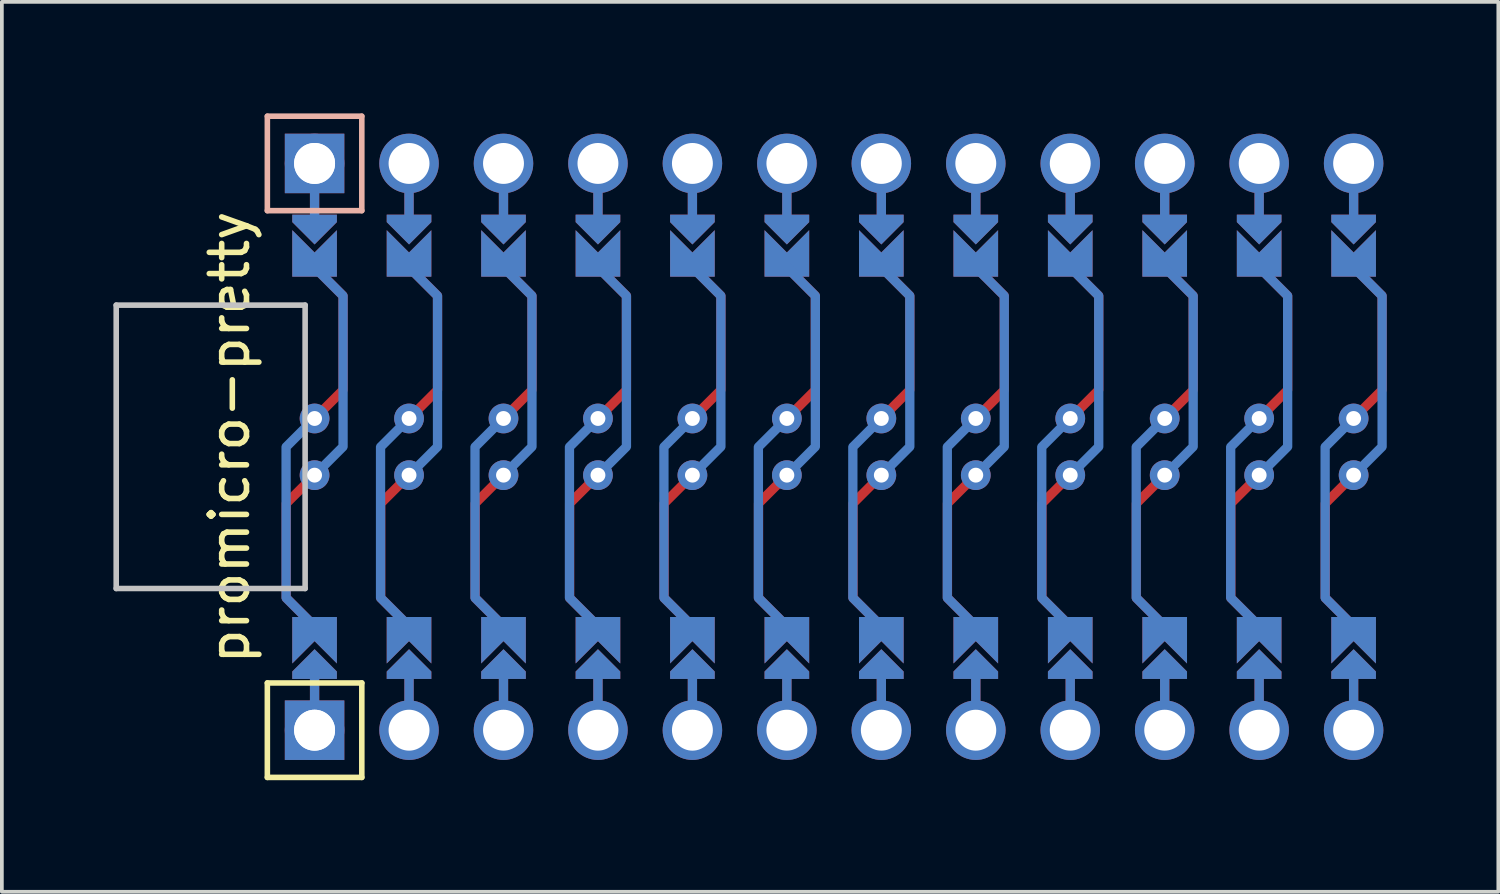
<source format=kicad_pcb>
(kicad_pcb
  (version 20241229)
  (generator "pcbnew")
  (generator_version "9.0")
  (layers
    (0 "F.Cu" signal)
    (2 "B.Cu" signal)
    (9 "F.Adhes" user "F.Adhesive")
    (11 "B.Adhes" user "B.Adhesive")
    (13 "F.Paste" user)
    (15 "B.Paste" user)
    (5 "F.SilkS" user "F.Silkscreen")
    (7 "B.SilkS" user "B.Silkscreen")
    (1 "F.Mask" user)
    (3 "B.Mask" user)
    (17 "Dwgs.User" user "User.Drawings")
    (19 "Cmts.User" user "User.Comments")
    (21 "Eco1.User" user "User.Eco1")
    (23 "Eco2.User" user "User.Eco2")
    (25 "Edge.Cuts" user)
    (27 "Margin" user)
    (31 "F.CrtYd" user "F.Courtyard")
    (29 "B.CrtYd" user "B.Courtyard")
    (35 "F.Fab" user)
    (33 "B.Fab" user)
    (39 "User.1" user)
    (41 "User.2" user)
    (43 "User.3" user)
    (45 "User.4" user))
  (footprint "promicro-pretty"
    (layer "F.Cu")
    (at 19.379 8.965)
    (property "Reference" "promicro-pretty" (at -16.256 -0.254 90) (layer "F.SilkS") (effects (font (size 1 1) (thickness 0.15))))
    (attr through_hole)
    (fp_circle (center -13.97 -0.762) (end -13.845 -0.762) (stroke (width 0.25) (type solid)) (fill no) (layer "F.Mask"))
    (fp_circle (center -13.97 0.762) (end -13.845 0.762) (stroke (width 0.25) (type solid)) (fill no) (layer "F.Mask"))
    (fp_circle (center -11.43 -0.762) (end -11.305 -0.762) (stroke (width 0.25) (type solid)) (fill no) (layer "F.Mask"))
    (fp_circle (center -11.43 0.762) (end -11.305 0.762) (stroke (width 0.25) (type solid)) (fill no) (layer "F.Mask"))
    (fp_circle (center -8.89 -0.762) (end -8.765 -0.762) (stroke (width 0.25) (type solid)) (fill no) (layer "F.Mask"))
    (fp_circle (center -8.89 0.762) (end -8.765 0.762) (stroke (width 0.25) (type solid)) (fill no) (layer "F.Mask"))
    (fp_circle (center -6.35 -0.762) (end -6.225 -0.762) (stroke (width 0.25) (type solid)) (fill no) (layer "F.Mask"))
    (fp_circle (center -6.35 0.762) (end -6.225 0.762) (stroke (width 0.25) (type solid)) (fill no) (layer "F.Mask"))
    (fp_circle (center -3.81 -0.762) (end -3.685 -0.762) (stroke (width 0.25) (type solid)) (fill no) (layer "F.Mask"))
    (fp_circle (center -3.81 0.762) (end -3.685 0.762) (stroke (width 0.25) (type solid)) (fill no) (layer "F.Mask"))
    (fp_circle (center -1.27 -0.762) (end -1.145 -0.762) (stroke (width 0.25) (type solid)) (fill no) (layer "F.Mask"))
    (fp_circle (center -1.27 0.762) (end -1.145 0.762) (stroke (width 0.25) (type solid)) (fill no) (layer "F.Mask"))
    (fp_circle (center 1.27 -0.762) (end 1.395 -0.762) (stroke (width 0.25) (type solid)) (fill no) (layer "F.Mask"))
    (fp_circle (center 1.27 0.762) (end 1.395 0.762) (stroke (width 0.25) (type solid)) (fill no) (layer "F.Mask"))
    (fp_circle (center 3.81 -0.762) (end 3.935 -0.762) (stroke (width 0.25) (type solid)) (fill no) (layer "F.Mask"))
    (fp_circle (center 3.81 0.762) (end 3.935 0.762) (stroke (width 0.25) (type solid)) (fill no) (layer "F.Mask"))
    (fp_circle (center 6.35 -0.762) (end 6.475 -0.762) (stroke (width 0.25) (type solid)) (fill no) (layer "F.Mask"))
    (fp_circle (center 6.35 0.762) (end 6.475 0.762) (stroke (width 0.25) (type solid)) (fill no) (layer "F.Mask"))
    (fp_circle (center 8.89 -0.762) (end 9.015 -0.762) (stroke (width 0.25) (type solid)) (fill no) (layer "F.Mask"))
    (fp_circle (center 8.89 0.762) (end 9.015 0.762) (stroke (width 0.25) (type solid)) (fill no) (layer "F.Mask"))
    (fp_circle (center 11.43 -0.762) (end 11.555 -0.762) (stroke (width 0.25) (type solid)) (fill no) (layer "F.Mask"))
    (fp_circle (center 11.43 0.762) (end 11.555 0.762) (stroke (width 0.25) (type solid)) (fill no) (layer "F.Mask"))
    (fp_circle (center 13.97 -0.762) (end 14.095 -0.762) (stroke (width 0.25) (type solid)) (fill no) (layer "F.Mask"))
    (fp_circle (center 13.97 0.762) (end 14.095 0.762) (stroke (width 0.25) (type solid)) (fill no) (layer "F.Mask"))
    (fp_poly (pts (xy -14.478 5.08) (xy -13.462 5.08) (xy -13.462 6.096) (xy -14.478 6.096)) (stroke (width 0.1) (type solid)) (fill yes) (layer "F.Mask"))
    (fp_poly (pts (xy -13.462 -5.08) (xy -14.478 -5.08) (xy -14.478 -6.096) (xy -13.462 -6.096)) (stroke (width 0.1) (type solid)) (fill yes) (layer "F.Mask"))
    (fp_poly (pts (xy -11.938 5.08) (xy -10.922 5.08) (xy -10.922 6.096) (xy -11.938 6.096)) (stroke (width 0.1) (type solid)) (fill yes) (layer "F.Mask"))
    (fp_poly (pts (xy -10.922 -5.08) (xy -11.938 -5.08) (xy -11.938 -6.096) (xy -10.922 -6.096)) (stroke (width 0.1) (type solid)) (fill yes) (layer "F.Mask"))
    (fp_poly (pts (xy -9.398 5.08) (xy -8.382 5.08) (xy -8.382 6.096) (xy -9.398 6.096)) (stroke (width 0.1) (type solid)) (fill yes) (layer "F.Mask"))
    (fp_poly (pts (xy -8.382 -5.08) (xy -9.398 -5.08) (xy -9.398 -6.096) (xy -8.382 -6.096)) (stroke (width 0.1) (type solid)) (fill yes) (layer "F.Mask"))
    (fp_poly (pts (xy -6.858 5.08) (xy -5.842 5.08) (xy -5.842 6.096) (xy -6.858 6.096)) (stroke (width 0.1) (type solid)) (fill yes) (layer "F.Mask"))
    (fp_poly (pts (xy -5.842 -5.08) (xy -6.858 -5.08) (xy -6.858 -6.096) (xy -5.842 -6.096)) (stroke (width 0.1) (type solid)) (fill yes) (layer "F.Mask"))
    (fp_poly (pts (xy -4.318 5.08) (xy -3.302 5.08) (xy -3.302 6.096) (xy -4.318 6.096)) (stroke (width 0.1) (type solid)) (fill yes) (layer "F.Mask"))
    (fp_poly (pts (xy -3.302 -5.08) (xy -4.318 -5.08) (xy -4.318 -6.096) (xy -3.302 -6.096)) (stroke (width 0.1) (type solid)) (fill yes) (layer "F.Mask"))
    (fp_poly (pts (xy -1.778 5.08) (xy -0.762 5.08) (xy -0.762 6.096) (xy -1.778 6.096)) (stroke (width 0.1) (type solid)) (fill yes) (layer "F.Mask"))
    (fp_poly (pts (xy -0.762 -5.08) (xy -1.778 -5.08) (xy -1.778 -6.096) (xy -0.762 -6.096)) (stroke (width 0.1) (type solid)) (fill yes) (layer "F.Mask"))
    (fp_poly (pts (xy 0.762 5.08) (xy 1.778 5.08) (xy 1.778 6.096) (xy 0.762 6.096)) (stroke (width 0.1) (type solid)) (fill yes) (layer "F.Mask"))
    (fp_poly (pts (xy 1.778 -5.08) (xy 0.762 -5.08) (xy 0.762 -6.096) (xy 1.778 -6.096)) (stroke (width 0.1) (type solid)) (fill yes) (layer "F.Mask"))
    (fp_poly (pts (xy 3.302 5.08) (xy 4.318 5.08) (xy 4.318 6.096) (xy 3.302 6.096)) (stroke (width 0.1) (type solid)) (fill yes) (layer "F.Mask"))
    (fp_poly (pts (xy 4.318 -5.08) (xy 3.302 -5.08) (xy 3.302 -6.096) (xy 4.318 -6.096)) (stroke (width 0.1) (type solid)) (fill yes) (layer "F.Mask"))
    (fp_poly (pts (xy 5.842 5.08) (xy 6.858 5.08) (xy 6.858 6.096) (xy 5.842 6.096)) (stroke (width 0.1) (type solid)) (fill yes) (layer "F.Mask"))
    (fp_poly (pts (xy 6.858 -5.08) (xy 5.842 -5.08) (xy 5.842 -6.096) (xy 6.858 -6.096)) (stroke (width 0.1) (type solid)) (fill yes) (layer "F.Mask"))
    (fp_poly (pts (xy 8.382 5.08) (xy 9.398 5.08) (xy 9.398 6.096) (xy 8.382 6.096)) (stroke (width 0.1) (type solid)) (fill yes) (layer "F.Mask"))
    (fp_poly (pts (xy 9.398 -5.08) (xy 8.382 -5.08) (xy 8.382 -6.096) (xy 9.398 -6.096)) (stroke (width 0.1) (type solid)) (fill yes) (layer "F.Mask"))
    (fp_poly (pts (xy 10.922 5.08) (xy 11.938 5.08) (xy 11.938 6.096) (xy 10.922 6.096)) (stroke (width 0.1) (type solid)) (fill yes) (layer "F.Mask"))
    (fp_poly (pts (xy 11.938 -5.08) (xy 10.922 -5.08) (xy 10.922 -6.096) (xy 11.938 -6.096)) (stroke (width 0.1) (type solid)) (fill yes) (layer "F.Mask"))
    (fp_poly (pts (xy 13.462 5.08) (xy 14.478 5.08) (xy 14.478 6.096) (xy 13.462 6.096)) (stroke (width 0.1) (type solid)) (fill yes) (layer "F.Mask"))
    (fp_poly (pts (xy 14.478 -5.08) (xy 13.462 -5.08) (xy 13.462 -6.096) (xy 14.478 -6.096)) (stroke (width 0.1) (type solid)) (fill yes) (layer "F.Mask"))
    (fp_circle (center -13.97 -0.762) (end -13.845 -0.762) (stroke (width 0.25) (type solid)) (fill no) (layer "B.Mask"))
    (fp_circle (center -13.97 0.762) (end -13.845 0.762) (stroke (width 0.25) (type solid)) (fill no) (layer "B.Mask"))
    (fp_circle (center -11.43 -0.762) (end -11.305 -0.762) (stroke (width 0.25) (type solid)) (fill no) (layer "B.Mask"))
    (fp_circle (center -11.43 0.762) (end -11.305 0.762) (stroke (width 0.25) (type solid)) (fill no) (layer "B.Mask"))
    (fp_circle (center -8.89 -0.762) (end -8.765 -0.762) (stroke (width 0.25) (type solid)) (fill no) (layer "B.Mask"))
    (fp_circle (center -8.89 0.762) (end -8.765 0.762) (stroke (width 0.25) (type solid)) (fill no) (layer "B.Mask"))
    (fp_circle (center -6.35 -0.762) (end -6.225 -0.762) (stroke (width 0.25) (type solid)) (fill no) (layer "B.Mask"))
    (fp_circle (center -6.35 0.762) (end -6.225 0.762) (stroke (width 0.25) (type solid)) (fill no) (layer "B.Mask"))
    (fp_circle (center -3.81 -0.762) (end -3.685 -0.762) (stroke (width 0.25) (type solid)) (fill no) (layer "B.Mask"))
    (fp_circle (center -3.81 0.762) (end -3.685 0.762) (stroke (width 0.25) (type solid)) (fill no) (layer "B.Mask"))
    (fp_circle (center -1.27 -0.762) (end -1.145 -0.762) (stroke (width 0.25) (type solid)) (fill no) (layer "B.Mask"))
    (fp_circle (center -1.27 0.762) (end -1.145 0.762) (stroke (width 0.25) (type solid)) (fill no) (layer "B.Mask"))
    (fp_circle (center 1.27 -0.762) (end 1.395 -0.762) (stroke (width 0.25) (type solid)) (fill no) (layer "B.Mask"))
    (fp_circle (center 1.27 0.762) (end 1.395 0.762) (stroke (width 0.25) (type solid)) (fill no) (layer "B.Mask"))
    (fp_circle (center 3.81 -0.762) (end 3.935 -0.762) (stroke (width 0.25) (type solid)) (fill no) (layer "B.Mask"))
    (fp_circle (center 3.81 0.762) (end 3.935 0.762) (stroke (width 0.25) (type solid)) (fill no) (layer "B.Mask"))
    (fp_circle (center 6.35 -0.762) (end 6.475 -0.762) (stroke (width 0.25) (type solid)) (fill no) (layer "B.Mask"))
    (fp_circle (center 6.35 0.762) (end 6.475 0.762) (stroke (width 0.25) (type solid)) (fill no) (layer "B.Mask"))
    (fp_circle (center 8.89 -0.762) (end 9.015 -0.762) (stroke (width 0.25) (type solid)) (fill no) (layer "B.Mask"))
    (fp_circle (center 8.89 0.762) (end 9.015 0.762) (stroke (width 0.25) (type solid)) (fill no) (layer "B.Mask"))
    (fp_circle (center 11.43 -0.762) (end 11.555 -0.762) (stroke (width 0.25) (type solid)) (fill no) (layer "B.Mask"))
    (fp_circle (center 11.43 0.762) (end 11.555 0.762) (stroke (width 0.25) (type solid)) (fill no) (layer "B.Mask"))
    (fp_circle (center 13.97 -0.762) (end 14.095 -0.762) (stroke (width 0.25) (type solid)) (fill no) (layer "B.Mask"))
    (fp_circle (center 13.97 0.762) (end 14.095 0.762) (stroke (width 0.25) (type solid)) (fill no) (layer "B.Mask"))
    (fp_poly (pts (xy -14.478 5.08) (xy -13.462 5.08) (xy -13.462 6.096) (xy -14.478 6.096)) (stroke (width 0.1) (type solid)) (fill yes) (layer "B.Mask"))
    (fp_poly (pts (xy -13.462 -5.08) (xy -14.478 -5.08) (xy -14.478 -6.096) (xy -13.462 -6.096)) (stroke (width 0.1) (type solid)) (fill yes) (layer "B.Mask"))
    (fp_poly (pts (xy -11.938 5.08) (xy -10.922 5.08) (xy -10.922 6.096) (xy -11.938 6.096)) (stroke (width 0.1) (type solid)) (fill yes) (layer "B.Mask"))
    (fp_poly (pts (xy -10.922 -5.08) (xy -11.938 -5.08) (xy -11.938 -6.096) (xy -10.922 -6.096)) (stroke (width 0.1) (type solid)) (fill yes) (layer "B.Mask"))
    (fp_poly (pts (xy -9.398 5.08) (xy -8.382 5.08) (xy -8.382 6.096) (xy -9.398 6.096)) (stroke (width 0.1) (type solid)) (fill yes) (layer "B.Mask"))
    (fp_poly (pts (xy -8.382 -5.08) (xy -9.398 -5.08) (xy -9.398 -6.096) (xy -8.382 -6.096)) (stroke (width 0.1) (type solid)) (fill yes) (layer "B.Mask"))
    (fp_poly (pts (xy -6.858 5.08) (xy -5.842 5.08) (xy -5.842 6.096) (xy -6.858 6.096)) (stroke (width 0.1) (type solid)) (fill yes) (layer "B.Mask"))
    (fp_poly (pts (xy -5.842 -5.08) (xy -6.858 -5.08) (xy -6.858 -6.096) (xy -5.842 -6.096)) (stroke (width 0.1) (type solid)) (fill yes) (layer "B.Mask"))
    (fp_poly (pts (xy -4.318 5.08) (xy -3.302 5.08) (xy -3.302 6.096) (xy -4.318 6.096)) (stroke (width 0.1) (type solid)) (fill yes) (layer "B.Mask"))
    (fp_poly (pts (xy -3.302 -5.08) (xy -4.318 -5.08) (xy -4.318 -6.096) (xy -3.302 -6.096)) (stroke (width 0.1) (type solid)) (fill yes) (layer "B.Mask"))
    (fp_poly (pts (xy -1.778 5.08) (xy -0.762 5.08) (xy -0.762 6.096) (xy -1.778 6.096)) (stroke (width 0.1) (type solid)) (fill yes) (layer "B.Mask"))
    (fp_poly (pts (xy -0.762 -5.08) (xy -1.778 -5.08) (xy -1.778 -6.096) (xy -0.762 -6.096)) (stroke (width 0.1) (type solid)) (fill yes) (layer "B.Mask"))
    (fp_poly (pts (xy 0.762 5.08) (xy 1.778 5.08) (xy 1.778 6.096) (xy 0.762 6.096)) (stroke (width 0.1) (type solid)) (fill yes) (layer "B.Mask"))
    (fp_poly (pts (xy 1.778 -5.08) (xy 0.762 -5.08) (xy 0.762 -6.096) (xy 1.778 -6.096)) (stroke (width 0.1) (type solid)) (fill yes) (layer "B.Mask"))
    (fp_poly (pts (xy 3.302 5.08) (xy 4.318 5.08) (xy 4.318 6.096) (xy 3.302 6.096)) (stroke (width 0.1) (type solid)) (fill yes) (layer "B.Mask"))
    (fp_poly (pts (xy 4.318 -5.08) (xy 3.302 -5.08) (xy 3.302 -6.096) (xy 4.318 -6.096)) (stroke (width 0.1) (type solid)) (fill yes) (layer "B.Mask"))
    (fp_poly (pts (xy 5.842 5.08) (xy 6.858 5.08) (xy 6.858 6.096) (xy 5.842 6.096)) (stroke (width 0.1) (type solid)) (fill yes) (layer "B.Mask"))
    (fp_poly (pts (xy 6.858 -5.08) (xy 5.842 -5.08) (xy 5.842 -6.096) (xy 6.858 -6.096)) (stroke (width 0.1) (type solid)) (fill yes) (layer "B.Mask"))
    (fp_poly (pts (xy 8.382 5.08) (xy 9.398 5.08) (xy 9.398 6.096) (xy 8.382 6.096)) (stroke (width 0.1) (type solid)) (fill yes) (layer "B.Mask"))
    (fp_poly (pts (xy 9.398 -5.08) (xy 8.382 -5.08) (xy 8.382 -6.096) (xy 9.398 -6.096)) (stroke (width 0.1) (type solid)) (fill yes) (layer "B.Mask"))
    (fp_poly (pts (xy 10.922 5.08) (xy 11.938 5.08) (xy 11.938 6.096) (xy 10.922 6.096)) (stroke (width 0.1) (type solid)) (fill yes) (layer "B.Mask"))
    (fp_poly (pts (xy 11.938 -5.08) (xy 10.922 -5.08) (xy 10.922 -6.096) (xy 11.938 -6.096)) (stroke (width 0.1) (type solid)) (fill yes) (layer "B.Mask"))
    (fp_poly (pts (xy 13.462 5.08) (xy 14.478 5.08) (xy 14.478 6.096) (xy 13.462 6.096)) (stroke (width 0.1) (type solid)) (fill yes) (layer "B.Mask"))
    (fp_poly (pts (xy 14.478 -5.08) (xy 13.462 -5.08) (xy 13.462 -6.096) (xy 14.478 -6.096)) (stroke (width 0.1) (type solid)) (fill yes) (layer "B.Mask"))
    (fp_line (start -15.24 6.35) (end -15.24 8.89) (stroke (width 0.15) (type solid)) (layer "F.SilkS"))
    (fp_line (start -15.24 6.35) (end -12.7 6.35) (stroke (width 0.15) (type solid)) (layer "F.SilkS"))
    (fp_line (start -12.7 6.35) (end -12.7 8.89) (stroke (width 0.15) (type solid)) (layer "F.SilkS"))
    (fp_line (start -12.7 8.89) (end -15.24 8.89) (stroke (width 0.15) (type solid)) (layer "F.SilkS"))
    (fp_line (start -15.24 -6.35) (end -15.24 -8.89) (stroke (width 0.15) (type solid)) (layer "B.SilkS"))
    (fp_line (start -15.24 -6.35) (end -12.7 -6.35) (stroke (width 0.15) (type solid)) (layer "B.SilkS"))
    (fp_line (start -12.7 -8.89) (end -15.24 -8.89) (stroke (width 0.15) (type solid)) (layer "B.SilkS"))
    (fp_line (start -12.7 -6.35) (end -12.7 -8.89) (stroke (width 0.15) (type solid)) (layer "B.SilkS"))
    (fp_line (start -19.304 -3.81) (end -14.224 -3.81) (stroke (width 0.15) (type solid)) (layer "Dwgs.User"))
    (fp_line (start -19.304 3.81) (end -19.304 -3.81) (stroke (width 0.15) (type solid)) (layer "Dwgs.User"))
    (fp_line (start -14.224 -3.81) (end -14.224 3.81) (stroke (width 0.15) (type solid)) (layer "Dwgs.User"))
    (fp_line (start -14.224 3.81) (end -19.304 3.81) (stroke (width 0.15) (type solid)) (layer "Dwgs.User"))
    (pad "" thru_hole circle (at -13.97 -7.62) (size 1.6 1.6) (drill 1.1) (layers "*.Cu" "*.Mask"))
    (pad "" thru_hole rect (at -13.97 -7.62) (size 1.6 1.6) (drill 1.1) (layers "B.Cu" "B.Mask"))
    (pad "" smd custom (at -13.97 -6.35) (size 0.25 1) (layers "F.Cu") (options (anchor rect)) (primitives))
    (pad "" smd custom (at -13.97 -6.35) (size 0.25 1) (layers "B.Cu") (options (anchor rect)) (primitives))
    (pad "" smd custom (at -13.97 -5.842) (size 0.1 0.1) (layers "F.Cu" "F.Mask") (options (anchor rect)) (primitives (gr_poly (pts (xy 0.6 -0.4) (xy -0.6 -0.4) (xy -0.6 -0.2) (xy 0 0.4) (xy 0.6 -0.2)) (width 0) (fill yes))))
    (pad "" smd custom (at -13.97 -5.842) (size 0.1 0.1) (layers "B.Cu" "B.Mask") (options (anchor rect)) (primitives (gr_poly (pts (xy 0.6 -0.4) (xy -0.6 -0.4) (xy -0.6 -0.2) (xy 0 0.4) (xy 0.6 -0.2)) (width 0) (fill yes))))
    (pad "" smd custom (at -13.97 5.842 180) (size 0.1 0.1) (layers "F.Cu" "F.Mask") (options (anchor rect)) (primitives (gr_poly (pts (xy 0.6 -0.4) (xy -0.6 -0.4) (xy -0.6 -0.2) (xy 0 0.4) (xy 0.6 -0.2)) (width 0) (fill yes))))
    (pad "" smd custom (at -13.97 5.842 180) (size 0.1 0.1) (layers "B.Cu" "B.Mask") (options (anchor rect)) (primitives (gr_poly (pts (xy 0.6 -0.4) (xy -0.6 -0.4) (xy -0.6 -0.2) (xy 0 0.4) (xy 0.6 -0.2)) (width 0) (fill yes))))
    (pad "" smd custom (at -13.97 6.35 180) (size 0.25 1) (layers "F.Cu") (options (anchor rect)) (primitives))
    (pad "" smd custom (at -13.97 6.35 180) (size 0.25 1) (layers "B.Cu") (options (anchor rect)) (primitives))
    (pad "" thru_hole circle (at -13.97 7.62) (size 1.6 1.6) (drill 1.1) (layers "*.Cu" "*.Mask"))
    (pad "" thru_hole rect (at -13.97 7.62) (size 1.6 1.6) (drill 1.1) (layers "F.Cu" "F.Mask"))
    (pad "" thru_hole circle (at -11.43 -7.62) (size 1.6 1.6) (drill 1.1) (layers "*.Cu" "*.Mask"))
    (pad "" smd custom (at -11.43 -6.35) (size 0.25 1) (layers "F.Cu") (options (anchor rect)) (primitives))
    (pad "" smd custom (at -11.43 -6.35) (size 0.25 1) (layers "B.Cu") (options (anchor rect)) (primitives))
    (pad "" smd custom (at -11.43 -5.842) (size 0.1 0.1) (layers "F.Cu" "F.Mask") (options (anchor rect)) (primitives (gr_poly (pts (xy 0.6 -0.4) (xy -0.6 -0.4) (xy -0.6 -0.2) (xy 0 0.4) (xy 0.6 -0.2)) (width 0) (fill yes))))
    (pad "" smd custom (at -11.43 -5.842) (size 0.1 0.1) (layers "B.Cu" "B.Mask") (options (anchor rect)) (primitives (gr_poly (pts (xy 0.6 -0.4) (xy -0.6 -0.4) (xy -0.6 -0.2) (xy 0 0.4) (xy 0.6 -0.2)) (width 0) (fill yes))))
    (pad "" smd custom (at -11.43 5.842 180) (size 0.1 0.1) (layers "F.Cu" "F.Mask") (options (anchor rect)) (primitives (gr_poly (pts (xy 0.6 -0.4) (xy -0.6 -0.4) (xy -0.6 -0.2) (xy 0 0.4) (xy 0.6 -0.2)) (width 0) (fill yes))))
    (pad "" smd custom (at -11.43 5.842 180) (size 0.1 0.1) (layers "B.Cu" "B.Mask") (options (anchor rect)) (primitives (gr_poly (pts (xy 0.6 -0.4) (xy -0.6 -0.4) (xy -0.6 -0.2) (xy 0 0.4) (xy 0.6 -0.2)) (width 0) (fill yes))))
    (pad "" smd custom (at -11.43 6.35 180) (size 0.25 1) (layers "F.Cu") (options (anchor rect)) (primitives))
    (pad "" smd custom (at -11.43 6.35 180) (size 0.25 1) (layers "B.Cu") (options (anchor rect)) (primitives))
    (pad "" thru_hole circle (at -11.43 7.62) (size 1.6 1.6) (drill 1.1) (layers "*.Cu" "*.Mask"))
    (pad "" thru_hole circle (at -8.89 -7.62) (size 1.6 1.6) (drill 1.1) (layers "*.Cu" "*.Mask"))
    (pad "" smd custom (at -8.89 -6.35) (size 0.25 1) (layers "F.Cu") (options (anchor rect)) (primitives))
    (pad "" smd custom (at -8.89 -6.35) (size 0.25 1) (layers "B.Cu") (options (anchor rect)) (primitives))
    (pad "" smd custom (at -8.89 -5.842) (size 0.1 0.1) (layers "F.Cu" "F.Mask") (options (anchor rect)) (primitives (gr_poly (pts (xy 0.6 -0.4) (xy -0.6 -0.4) (xy -0.6 -0.2) (xy 0 0.4) (xy 0.6 -0.2)) (width 0) (fill yes))))
    (pad "" smd custom (at -8.89 -5.842) (size 0.1 0.1) (layers "B.Cu" "B.Mask") (options (anchor rect)) (primitives (gr_poly (pts (xy 0.6 -0.4) (xy -0.6 -0.4) (xy -0.6 -0.2) (xy 0 0.4) (xy 0.6 -0.2)) (width 0) (fill yes))))
    (pad "" smd custom (at -8.89 5.842 180) (size 0.1 0.1) (layers "F.Cu" "F.Mask") (options (anchor rect)) (primitives (gr_poly (pts (xy 0.6 -0.4) (xy -0.6 -0.4) (xy -0.6 -0.2) (xy 0 0.4) (xy 0.6 -0.2)) (width 0) (fill yes))))
    (pad "" smd custom (at -8.89 5.842 180) (size 0.1 0.1) (layers "B.Cu" "B.Mask") (options (anchor rect)) (primitives (gr_poly (pts (xy 0.6 -0.4) (xy -0.6 -0.4) (xy -0.6 -0.2) (xy 0 0.4) (xy 0.6 -0.2)) (width 0) (fill yes))))
    (pad "" smd custom (at -8.89 6.35 180) (size 0.25 1) (layers "F.Cu") (options (anchor rect)) (primitives))
    (pad "" smd custom (at -8.89 6.35 180) (size 0.25 1) (layers "B.Cu") (options (anchor rect)) (primitives))
    (pad "" thru_hole circle (at -8.89 7.62) (size 1.6 1.6) (drill 1.1) (layers "*.Cu" "*.Mask"))
    (pad "" thru_hole circle (at -6.35 -7.62) (size 1.6 1.6) (drill 1.1) (layers "*.Cu" "*.Mask"))
    (pad "" smd custom (at -6.35 -6.35) (size 0.25 1) (layers "F.Cu") (options (anchor rect)) (primitives))
    (pad "" smd custom (at -6.35 -6.35) (size 0.25 1) (layers "B.Cu") (options (anchor rect)) (primitives))
    (pad "" smd custom (at -6.35 -5.842) (size 0.1 0.1) (layers "F.Cu" "F.Mask") (options (anchor rect)) (primitives (gr_poly (pts (xy 0.6 -0.4) (xy -0.6 -0.4) (xy -0.6 -0.2) (xy 0 0.4) (xy 0.6 -0.2)) (width 0) (fill yes))))
    (pad "" smd custom (at -6.35 -5.842) (size 0.1 0.1) (layers "B.Cu" "B.Mask") (options (anchor rect)) (primitives (gr_poly (pts (xy 0.6 -0.4) (xy -0.6 -0.4) (xy -0.6 -0.2) (xy 0 0.4) (xy 0.6 -0.2)) (width 0) (fill yes))))
    (pad "" smd custom (at -6.35 5.842 180) (size 0.1 0.1) (layers "F.Cu" "F.Mask") (options (anchor rect)) (primitives (gr_poly (pts (xy 0.6 -0.4) (xy -0.6 -0.4) (xy -0.6 -0.2) (xy 0 0.4) (xy 0.6 -0.2)) (width 0) (fill yes))))
    (pad "" smd custom (at -6.35 5.842 180) (size 0.1 0.1) (layers "B.Cu" "B.Mask") (options (anchor rect)) (primitives (gr_poly (pts (xy 0.6 -0.4) (xy -0.6 -0.4) (xy -0.6 -0.2) (xy 0 0.4) (xy 0.6 -0.2)) (width 0) (fill yes))))
    (pad "" smd custom (at -6.35 6.35 180) (size 0.25 1) (layers "F.Cu") (options (anchor rect)) (primitives))
    (pad "" smd custom (at -6.35 6.35 180) (size 0.25 1) (layers "B.Cu") (options (anchor rect)) (primitives))
    (pad "" thru_hole circle (at -6.35 7.62) (size 1.6 1.6) (drill 1.1) (layers "*.Cu" "*.Mask"))
    (pad "" thru_hole circle (at -3.81 -7.62) (size 1.6 1.6) (drill 1.1) (layers "*.Cu" "*.Mask"))
    (pad "" smd custom (at -3.81 -6.35) (size 0.25 1) (layers "F.Cu") (options (anchor rect)) (primitives))
    (pad "" smd custom (at -3.81 -6.35) (size 0.25 1) (layers "B.Cu") (options (anchor rect)) (primitives))
    (pad "" smd custom (at -3.81 -5.842) (size 0.1 0.1) (layers "F.Cu" "F.Mask") (options (anchor rect)) (primitives (gr_poly (pts (xy 0.6 -0.4) (xy -0.6 -0.4) (xy -0.6 -0.2) (xy 0 0.4) (xy 0.6 -0.2)) (width 0) (fill yes))))
    (pad "" smd custom (at -3.81 -5.842) (size 0.1 0.1) (layers "B.Cu" "B.Mask") (options (anchor rect)) (primitives (gr_poly (pts (xy 0.6 -0.4) (xy -0.6 -0.4) (xy -0.6 -0.2) (xy 0 0.4) (xy 0.6 -0.2)) (width 0) (fill yes))))
    (pad "" smd custom (at -3.81 5.842 180) (size 0.1 0.1) (layers "F.Cu" "F.Mask") (options (anchor rect)) (primitives (gr_poly (pts (xy 0.6 -0.4) (xy -0.6 -0.4) (xy -0.6 -0.2) (xy 0 0.4) (xy 0.6 -0.2)) (width 0) (fill yes))))
    (pad "" smd custom (at -3.81 5.842 180) (size 0.1 0.1) (layers "B.Cu" "B.Mask") (options (anchor rect)) (primitives (gr_poly (pts (xy 0.6 -0.4) (xy -0.6 -0.4) (xy -0.6 -0.2) (xy 0 0.4) (xy 0.6 -0.2)) (width 0) (fill yes))))
    (pad "" smd custom (at -3.81 6.35 180) (size 0.25 1) (layers "F.Cu") (options (anchor rect)) (primitives))
    (pad "" smd custom (at -3.81 6.35 180) (size 0.25 1) (layers "B.Cu") (options (anchor rect)) (primitives))
    (pad "" thru_hole circle (at -3.81 7.62) (size 1.6 1.6) (drill 1.1) (layers "*.Cu" "*.Mask"))
    (pad "" thru_hole circle (at -1.27 -7.62) (size 1.6 1.6) (drill 1.1) (layers "*.Cu" "*.Mask"))
    (pad "" smd custom (at -1.27 -6.35) (size 0.25 1) (layers "F.Cu") (options (anchor rect)) (primitives))
    (pad "" smd custom (at -1.27 -6.35) (size 0.25 1) (layers "B.Cu") (options (anchor rect)) (primitives))
    (pad "" smd custom (at -1.27 -5.842) (size 0.1 0.1) (layers "F.Cu" "F.Mask") (options (anchor rect)) (primitives (gr_poly (pts (xy 0.6 -0.4) (xy -0.6 -0.4) (xy -0.6 -0.2) (xy 0 0.4) (xy 0.6 -0.2)) (width 0) (fill yes))))
    (pad "" smd custom (at -1.27 -5.842) (size 0.1 0.1) (layers "B.Cu" "B.Mask") (options (anchor rect)) (primitives (gr_poly (pts (xy 0.6 -0.4) (xy -0.6 -0.4) (xy -0.6 -0.2) (xy 0 0.4) (xy 0.6 -0.2)) (width 0) (fill yes))))
    (pad "" smd custom (at -1.27 5.842 180) (size 0.1 0.1) (layers "F.Cu" "F.Mask") (options (anchor rect)) (primitives (gr_poly (pts (xy 0.6 -0.4) (xy -0.6 -0.4) (xy -0.6 -0.2) (xy 0 0.4) (xy 0.6 -0.2)) (width 0) (fill yes))))
    (pad "" smd custom (at -1.27 5.842 180) (size 0.1 0.1) (layers "B.Cu" "B.Mask") (options (anchor rect)) (primitives (gr_poly (pts (xy 0.6 -0.4) (xy -0.6 -0.4) (xy -0.6 -0.2) (xy 0 0.4) (xy 0.6 -0.2)) (width 0) (fill yes))))
    (pad "" smd custom (at -1.27 6.35 180) (size 0.25 1) (layers "F.Cu") (options (anchor rect)) (primitives))
    (pad "" smd custom (at -1.27 6.35 180) (size 0.25 1) (layers "B.Cu") (options (anchor rect)) (primitives))
    (pad "" thru_hole circle (at -1.27 7.62) (size 1.6 1.6) (drill 1.1) (layers "*.Cu" "*.Mask"))
    (pad "" thru_hole circle (at 1.27 -7.62) (size 1.6 1.6) (drill 1.1) (layers "*.Cu" "*.Mask"))
    (pad "" smd custom (at 1.27 -6.35) (size 0.25 1) (layers "F.Cu") (options (anchor rect)) (primitives))
    (pad "" smd custom (at 1.27 -6.35) (size 0.25 1) (layers "B.Cu") (options (anchor rect)) (primitives))
    (pad "" smd custom (at 1.27 -5.842) (size 0.1 0.1) (layers "F.Cu" "F.Mask") (options (anchor rect)) (primitives (gr_poly (pts (xy 0.6 -0.4) (xy -0.6 -0.4) (xy -0.6 -0.2) (xy 0 0.4) (xy 0.6 -0.2)) (width 0) (fill yes))))
    (pad "" smd custom (at 1.27 -5.842) (size 0.1 0.1) (layers "B.Cu" "B.Mask") (options (anchor rect)) (primitives (gr_poly (pts (xy 0.6 -0.4) (xy -0.6 -0.4) (xy -0.6 -0.2) (xy 0 0.4) (xy 0.6 -0.2)) (width 0) (fill yes))))
    (pad "" smd custom (at 1.27 5.842 180) (size 0.1 0.1) (layers "F.Cu" "F.Mask") (options (anchor rect)) (primitives (gr_poly (pts (xy 0.6 -0.4) (xy -0.6 -0.4) (xy -0.6 -0.2) (xy 0 0.4) (xy 0.6 -0.2)) (width 0) (fill yes))))
    (pad "" smd custom (at 1.27 5.842 180) (size 0.1 0.1) (layers "B.Cu" "B.Mask") (options (anchor rect)) (primitives (gr_poly (pts (xy 0.6 -0.4) (xy -0.6 -0.4) (xy -0.6 -0.2) (xy 0 0.4) (xy 0.6 -0.2)) (width 0) (fill yes))))
    (pad "" smd custom (at 1.27 6.35 180) (size 0.25 1) (layers "F.Cu") (options (anchor rect)) (primitives))
    (pad "" smd custom (at 1.27 6.35 180) (size 0.25 1) (layers "B.Cu") (options (anchor rect)) (primitives))
    (pad "" thru_hole circle (at 1.27 7.62) (size 1.6 1.6) (drill 1.1) (layers "*.Cu" "*.Mask"))
    (pad "" thru_hole circle (at 3.81 -7.62) (size 1.6 1.6) (drill 1.1) (layers "*.Cu" "*.Mask"))
    (pad "" smd custom (at 3.81 -6.35) (size 0.25 1) (layers "F.Cu") (options (anchor rect)) (primitives))
    (pad "" smd custom (at 3.81 -6.35) (size 0.25 1) (layers "B.Cu") (options (anchor rect)) (primitives))
    (pad "" smd custom (at 3.81 -5.842) (size 0.1 0.1) (layers "F.Cu" "F.Mask") (options (anchor rect)) (primitives (gr_poly (pts (xy 0.6 -0.4) (xy -0.6 -0.4) (xy -0.6 -0.2) (xy 0 0.4) (xy 0.6 -0.2)) (width 0) (fill yes))))
    (pad "" smd custom (at 3.81 -5.842) (size 0.1 0.1) (layers "B.Cu" "B.Mask") (options (anchor rect)) (primitives (gr_poly (pts (xy 0.6 -0.4) (xy -0.6 -0.4) (xy -0.6 -0.2) (xy 0 0.4) (xy 0.6 -0.2)) (width 0) (fill yes))))
    (pad "" smd custom (at 3.81 5.842 180) (size 0.1 0.1) (layers "F.Cu" "F.Mask") (options (anchor rect)) (primitives (gr_poly (pts (xy 0.6 -0.4) (xy -0.6 -0.4) (xy -0.6 -0.2) (xy 0 0.4) (xy 0.6 -0.2)) (width 0) (fill yes))))
    (pad "" smd custom (at 3.81 5.842 180) (size 0.1 0.1) (layers "B.Cu" "B.Mask") (options (anchor rect)) (primitives (gr_poly (pts (xy 0.6 -0.4) (xy -0.6 -0.4) (xy -0.6 -0.2) (xy 0 0.4) (xy 0.6 -0.2)) (width 0) (fill yes))))
    (pad "" smd custom (at 3.81 6.35 180) (size 0.25 1) (layers "F.Cu") (options (anchor rect)) (primitives))
    (pad "" smd custom (at 3.81 6.35 180) (size 0.25 1) (layers "B.Cu") (options (anchor rect)) (primitives))
    (pad "" thru_hole circle (at 3.81 7.62) (size 1.6 1.6) (drill 1.1) (layers "*.Cu" "*.Mask"))
    (pad "" thru_hole circle (at 6.35 -7.62) (size 1.6 1.6) (drill 1.1) (layers "*.Cu" "*.Mask"))
    (pad "" smd custom (at 6.35 -6.35) (size 0.25 1) (layers "F.Cu") (options (anchor rect)) (primitives))
    (pad "" smd custom (at 6.35 -6.35) (size 0.25 1) (layers "B.Cu") (options (anchor rect)) (primitives))
    (pad "" smd custom (at 6.35 -5.842) (size 0.1 0.1) (layers "F.Cu" "F.Mask") (options (anchor rect)) (primitives (gr_poly (pts (xy 0.6 -0.4) (xy -0.6 -0.4) (xy -0.6 -0.2) (xy 0 0.4) (xy 0.6 -0.2)) (width 0) (fill yes))))
    (pad "" smd custom (at 6.35 -5.842) (size 0.1 0.1) (layers "B.Cu" "B.Mask") (options (anchor rect)) (primitives (gr_poly (pts (xy 0.6 -0.4) (xy -0.6 -0.4) (xy -0.6 -0.2) (xy 0 0.4) (xy 0.6 -0.2)) (width 0) (fill yes))))
    (pad "" smd custom (at 6.35 5.842 180) (size 0.1 0.1) (layers "F.Cu" "F.Mask") (options (anchor rect)) (primitives (gr_poly (pts (xy 0.6 -0.4) (xy -0.6 -0.4) (xy -0.6 -0.2) (xy 0 0.4) (xy 0.6 -0.2)) (width 0) (fill yes))))
    (pad "" smd custom (at 6.35 5.842 180) (size 0.1 0.1) (layers "B.Cu" "B.Mask") (options (anchor rect)) (primitives (gr_poly (pts (xy 0.6 -0.4) (xy -0.6 -0.4) (xy -0.6 -0.2) (xy 0 0.4) (xy 0.6 -0.2)) (width 0) (fill yes))))
    (pad "" smd custom (at 6.35 6.35 180) (size 0.25 1) (layers "F.Cu") (options (anchor rect)) (primitives))
    (pad "" smd custom (at 6.35 6.35 180) (size 0.25 1) (layers "B.Cu") (options (anchor rect)) (primitives))
    (pad "" thru_hole circle (at 6.35 7.62) (size 1.6 1.6) (drill 1.1) (layers "*.Cu" "*.Mask"))
    (pad "" thru_hole circle (at 8.89 -7.62) (size 1.6 1.6) (drill 1.1) (layers "*.Cu" "*.Mask"))
    (pad "" smd custom (at 8.89 -6.35) (size 0.25 1) (layers "F.Cu") (options (anchor rect)) (primitives))
    (pad "" smd custom (at 8.89 -6.35) (size 0.25 1) (layers "B.Cu") (options (anchor rect)) (primitives))
    (pad "" smd custom (at 8.89 -5.842) (size 0.1 0.1) (layers "F.Cu" "F.Mask") (options (anchor rect)) (primitives (gr_poly (pts (xy 0.6 -0.4) (xy -0.6 -0.4) (xy -0.6 -0.2) (xy 0 0.4) (xy 0.6 -0.2)) (width 0) (fill yes))))
    (pad "" smd custom (at 8.89 -5.842) (size 0.1 0.1) (layers "B.Cu" "B.Mask") (options (anchor rect)) (primitives (gr_poly (pts (xy 0.6 -0.4) (xy -0.6 -0.4) (xy -0.6 -0.2) (xy 0 0.4) (xy 0.6 -0.2)) (width 0) (fill yes))))
    (pad "" smd custom (at 8.89 5.842 180) (size 0.1 0.1) (layers "F.Cu" "F.Mask") (options (anchor rect)) (primitives (gr_poly (pts (xy 0.6 -0.4) (xy -0.6 -0.4) (xy -0.6 -0.2) (xy 0 0.4) (xy 0.6 -0.2)) (width 0) (fill yes))))
    (pad "" smd custom (at 8.89 5.842 180) (size 0.1 0.1) (layers "B.Cu" "B.Mask") (options (anchor rect)) (primitives (gr_poly (pts (xy 0.6 -0.4) (xy -0.6 -0.4) (xy -0.6 -0.2) (xy 0 0.4) (xy 0.6 -0.2)) (width 0) (fill yes))))
    (pad "" smd custom (at 8.89 6.35 180) (size 0.25 1) (layers "F.Cu") (options (anchor rect)) (primitives))
    (pad "" smd custom (at 8.89 6.35 180) (size 0.25 1) (layers "B.Cu") (options (anchor rect)) (primitives))
    (pad "" thru_hole circle (at 8.89 7.62) (size 1.6 1.6) (drill 1.1) (layers "*.Cu" "*.Mask"))
    (pad "" thru_hole circle (at 11.43 -7.62) (size 1.6 1.6) (drill 1.1) (layers "*.Cu" "*.Mask"))
    (pad "" smd custom (at 11.43 -6.35) (size 0.25 1) (layers "F.Cu") (options (anchor rect)) (primitives))
    (pad "" smd custom (at 11.43 -6.35) (size 0.25 1) (layers "B.Cu") (options (anchor rect)) (primitives))
    (pad "" smd custom (at 11.43 -5.842) (size 0.1 0.1) (layers "F.Cu" "F.Mask") (options (anchor rect)) (primitives (gr_poly (pts (xy 0.6 -0.4) (xy -0.6 -0.4) (xy -0.6 -0.2) (xy 0 0.4) (xy 0.6 -0.2)) (width 0) (fill yes))))
    (pad "" smd custom (at 11.43 -5.842) (size 0.1 0.1) (layers "B.Cu" "B.Mask") (options (anchor rect)) (primitives (gr_poly (pts (xy 0.6 -0.4) (xy -0.6 -0.4) (xy -0.6 -0.2) (xy 0 0.4) (xy 0.6 -0.2)) (width 0) (fill yes))))
    (pad "" smd custom (at 11.43 5.842 180) (size 0.1 0.1) (layers "F.Cu" "F.Mask") (options (anchor rect)) (primitives (gr_poly (pts (xy 0.6 -0.4) (xy -0.6 -0.4) (xy -0.6 -0.2) (xy 0 0.4) (xy 0.6 -0.2)) (width 0) (fill yes))))
    (pad "" smd custom (at 11.43 5.842 180) (size 0.1 0.1) (layers "B.Cu" "B.Mask") (options (anchor rect)) (primitives (gr_poly (pts (xy 0.6 -0.4) (xy -0.6 -0.4) (xy -0.6 -0.2) (xy 0 0.4) (xy 0.6 -0.2)) (width 0) (fill yes))))
    (pad "" smd custom (at 11.43 6.35 180) (size 0.25 1) (layers "F.Cu") (options (anchor rect)) (primitives))
    (pad "" smd custom (at 11.43 6.35 180) (size 0.25 1) (layers "B.Cu") (options (anchor rect)) (primitives))
    (pad "" thru_hole circle (at 11.43 7.62) (size 1.6 1.6) (drill 1.1) (layers "*.Cu" "*.Mask"))
    (pad "" thru_hole circle (at 13.97 -7.62) (size 1.6 1.6) (drill 1.1) (layers "*.Cu" "*.Mask"))
    (pad "" smd custom (at 13.97 -6.35) (size 0.25 1) (layers "F.Cu") (options (anchor rect)) (primitives))
    (pad "" smd custom (at 13.97 -6.35) (size 0.25 1) (layers "B.Cu") (options (anchor rect)) (primitives))
    (pad "" smd custom (at 13.97 -5.842) (size 0.1 0.1) (layers "F.Cu" "F.Mask") (options (anchor rect)) (primitives (gr_poly (pts (xy 0.6 -0.4) (xy -0.6 -0.4) (xy -0.6 -0.2) (xy 0 0.4) (xy 0.6 -0.2)) (width 0) (fill yes))))
    (pad "" smd custom (at 13.97 -5.842) (size 0.1 0.1) (layers "B.Cu" "B.Mask") (options (anchor rect)) (primitives (gr_poly (pts (xy 0.6 -0.4) (xy -0.6 -0.4) (xy -0.6 -0.2) (xy 0 0.4) (xy 0.6 -0.2)) (width 0) (fill yes))))
    (pad "" smd custom (at 13.97 5.842 180) (size 0.1 0.1) (layers "F.Cu" "F.Mask") (options (anchor rect)) (primitives (gr_poly (pts (xy 0.6 -0.4) (xy -0.6 -0.4) (xy -0.6 -0.2) (xy 0 0.4) (xy 0.6 -0.2)) (width 0) (fill yes))))
    (pad "" smd custom (at 13.97 5.842 180) (size 0.1 0.1) (layers "B.Cu" "B.Mask") (options (anchor rect)) (primitives (gr_poly (pts (xy 0.6 -0.4) (xy -0.6 -0.4) (xy -0.6 -0.2) (xy 0 0.4) (xy 0.6 -0.2)) (width 0) (fill yes))))
    (pad "" smd custom (at 13.97 6.35 180) (size 0.25 1) (layers "F.Cu") (options (anchor rect)) (primitives))
    (pad "" smd custom (at 13.97 6.35 180) (size 0.25 1) (layers "B.Cu") (options (anchor rect)) (primitives))
    (pad "" thru_hole circle (at 13.97 7.62) (size 1.6 1.6) (drill 1.1) (layers "*.Cu" "*.Mask"))
    (pad "1" smd custom (at -13.97 -4.826) (size 1.2 0.5) (layers "F.Cu" "F.Mask") (options (anchor rect)) (primitives (gr_poly (pts (xy 0.6 0) (xy -0.6 0) (xy -0.6 -1) (xy 0 -0.4) (xy 0.6 -1)) (width 0) (fill yes))))
    (pad "1" smd custom (at -13.97 -0.762) (size 0.25 0.25) (layers "F.Cu") (options (anchor circle)) (primitives (gr_line (start 0 0) (end 0.766 -0.766) (width 0.25)) (gr_line (start 0.766 -0.766) (end 0.766 -3.298) (width 0.25)) (gr_line (start 0.766 -3.298) (end 0 -4.064) (width 0.25))))
    (pad "1" smd custom (at -13.97 -0.762) (size 0.25 0.25) (layers "B.Cu") (options (anchor circle)) (primitives (gr_line (start 0 0) (end -0.766 0.766) (width 0.25)) (gr_line (start -0.766 0.766) (end -0.766 4.822) (width 0.25)) (gr_line (start -0.766 4.822) (end 0 5.588) (width 0.25))))
    (pad "1" thru_hole circle (at -13.97 -0.762 180) (size 0.8 0.8) (drill 0.4) (layers "*.Cu"))
    (pad "1" smd custom (at -13.97 4.826 180) (size 1.2 0.5) (layers "B.Cu" "B.Mask") (options (anchor rect)) (primitives (gr_poly (pts (xy 0.6 0) (xy -0.6 0) (xy -0.6 -1) (xy 0 -0.4) (xy 0.6 -1)) (width 0) (fill yes))))
    (pad "2" smd custom (at -11.43 -4.826) (size 1.2 0.5) (layers "F.Cu" "F.Mask") (options (anchor rect)) (primitives (gr_poly (pts (xy 0.6 0) (xy -0.6 0) (xy -0.6 -1) (xy 0 -0.4) (xy 0.6 -1)) (width 0) (fill yes))))
    (pad "2" smd custom (at -11.43 -0.762) (size 0.25 0.25) (layers "F.Cu") (options (anchor circle)) (primitives (gr_line (start 0 0) (end 0.766 -0.766) (width 0.25)) (gr_line (start 0.766 -0.766) (end 0.766 -3.298) (width 0.25)) (gr_line (start 0.766 -3.298) (end 0 -4.064) (width 0.25))))
    (pad "2" smd custom (at -11.43 -0.762) (size 0.25 0.25) (layers "B.Cu") (options (anchor circle)) (primitives (gr_line (start 0 0) (end -0.766 0.766) (width 0.25)) (gr_line (start -0.766 0.766) (end -0.766 4.822) (width 0.25)) (gr_line (start -0.766 4.822) (end 0 5.588) (width 0.25))))
    (pad "2" thru_hole circle (at -11.43 -0.762 180) (size 0.8 0.8) (drill 0.4) (layers "*.Cu"))
    (pad "2" smd custom (at -11.43 4.826 180) (size 1.2 0.5) (layers "B.Cu" "B.Mask") (options (anchor rect)) (primitives (gr_poly (pts (xy 0.6 0) (xy -0.6 0) (xy -0.6 -1) (xy 0 -0.4) (xy 0.6 -1)) (width 0) (fill yes))))
    (pad "3" smd custom (at -8.89 -4.826) (size 1.2 0.5) (layers "F.Cu" "F.Mask") (options (anchor rect)) (primitives (gr_poly (pts (xy 0.6 0) (xy -0.6 0) (xy -0.6 -1) (xy 0 -0.4) (xy 0.6 -1)) (width 0) (fill yes))))
    (pad "3" smd custom (at -8.89 -0.762) (size 0.25 0.25) (layers "F.Cu") (options (anchor circle)) (primitives (gr_line (start 0 0) (end 0.766 -0.766) (width 0.25)) (gr_line (start 0.766 -0.766) (end 0.766 -3.298) (width 0.25)) (gr_line (start 0.766 -3.298) (end 0 -4.064) (width 0.25))))
    (pad "3" smd custom (at -8.89 -0.762) (size 0.25 0.25) (layers "B.Cu") (options (anchor circle)) (primitives (gr_line (start 0 0) (end -0.766 0.766) (width 0.25)) (gr_line (start -0.766 0.766) (end -0.766 4.822) (width 0.25)) (gr_line (start -0.766 4.822) (end 0 5.588) (width 0.25))))
    (pad "3" thru_hole circle (at -8.89 -0.762 180) (size 0.8 0.8) (drill 0.4) (layers "*.Cu"))
    (pad "3" smd custom (at -8.89 4.826 180) (size 1.2 0.5) (layers "B.Cu" "B.Mask") (options (anchor rect)) (primitives (gr_poly (pts (xy 0.6 0) (xy -0.6 0) (xy -0.6 -1) (xy 0 -0.4) (xy 0.6 -1)) (width 0) (fill yes))))
    (pad "4" smd custom (at -6.35 -4.826) (size 1.2 0.5) (layers "F.Cu" "F.Mask") (options (anchor rect)) (primitives (gr_poly (pts (xy 0.6 0) (xy -0.6 0) (xy -0.6 -1) (xy 0 -0.4) (xy 0.6 -1)) (width 0) (fill yes))))
    (pad "4" smd custom (at -6.35 -0.762) (size 0.25 0.25) (layers "F.Cu") (options (anchor circle)) (primitives (gr_line (start 0 0) (end 0.766 -0.766) (width 0.25)) (gr_line (start 0.766 -0.766) (end 0.766 -3.298) (width 0.25)) (gr_line (start 0.766 -3.298) (end 0 -4.064) (width 0.25))))
    (pad "4" smd custom (at -6.35 -0.762) (size 0.25 0.25) (layers "B.Cu") (options (anchor circle)) (primitives (gr_line (start 0 0) (end -0.766 0.766) (width 0.25)) (gr_line (start -0.766 0.766) (end -0.766 4.822) (width 0.25)) (gr_line (start -0.766 4.822) (end 0 5.588) (width 0.25))))
    (pad "4" thru_hole circle (at -6.35 -0.762 180) (size 0.8 0.8) (drill 0.4) (layers "*.Cu"))
    (pad "4" smd custom (at -6.35 4.826 180) (size 1.2 0.5) (layers "B.Cu" "B.Mask") (options (anchor rect)) (primitives (gr_poly (pts (xy 0.6 0) (xy -0.6 0) (xy -0.6 -1) (xy 0 -0.4) (xy 0.6 -1)) (width 0) (fill yes))))
    (pad "5" smd custom (at -3.81 -4.826) (size 1.2 0.5) (layers "F.Cu" "F.Mask") (options (anchor rect)) (primitives (gr_poly (pts (xy 0.6 0) (xy -0.6 0) (xy -0.6 -1) (xy 0 -0.4) (xy 0.6 -1)) (width 0) (fill yes))))
    (pad "5" smd custom (at -3.81 -0.762) (size 0.25 0.25) (layers "F.Cu") (options (anchor circle)) (primitives (gr_line (start 0 0) (end 0.766 -0.766) (width 0.25)) (gr_line (start 0.766 -0.766) (end 0.766 -3.298) (width 0.25)) (gr_line (start 0.766 -3.298) (end 0 -4.064) (width 0.25))))
    (pad "5" smd custom (at -3.81 -0.762) (size 0.25 0.25) (layers "B.Cu") (options (anchor circle)) (primitives (gr_line (start 0 0) (end -0.766 0.766) (width 0.25)) (gr_line (start -0.766 0.766) (end -0.766 4.822) (width 0.25)) (gr_line (start -0.766 4.822) (end 0 5.588) (width 0.25))))
    (pad "5" thru_hole circle (at -3.81 -0.762 180) (size 0.8 0.8) (drill 0.4) (layers "*.Cu"))
    (pad "5" smd custom (at -3.81 4.826 180) (size 1.2 0.5) (layers "B.Cu" "B.Mask") (options (anchor rect)) (primitives (gr_poly (pts (xy 0.6 0) (xy -0.6 0) (xy -0.6 -1) (xy 0 -0.4) (xy 0.6 -1)) (width 0) (fill yes))))
    (pad "6" smd custom (at -1.27 -4.826) (size 1.2 0.5) (layers "F.Cu" "F.Mask") (options (anchor rect)) (primitives (gr_poly (pts (xy 0.6 0) (xy -0.6 0) (xy -0.6 -1) (xy 0 -0.4) (xy 0.6 -1)) (width 0) (fill yes))))
    (pad "6" smd custom (at -1.27 -0.762) (size 0.25 0.25) (layers "F.Cu") (options (anchor circle)) (primitives (gr_line (start 0 0) (end 0.766 -0.766) (width 0.25)) (gr_line (start 0.766 -0.766) (end 0.766 -3.298) (width 0.25)) (gr_line (start 0.766 -3.298) (end 0 -4.064) (width 0.25))))
    (pad "6" smd custom (at -1.27 -0.762) (size 0.25 0.25) (layers "B.Cu") (options (anchor circle)) (primitives (gr_line (start 0 0) (end -0.766 0.766) (width 0.25)) (gr_line (start -0.766 0.766) (end -0.766 4.822) (width 0.25)) (gr_line (start -0.766 4.822) (end 0 5.588) (width 0.25))))
    (pad "6" thru_hole circle (at -1.27 -0.762 180) (size 0.8 0.8) (drill 0.4) (layers "*.Cu"))
    (pad "6" smd custom (at -1.27 4.826 180) (size 1.2 0.5) (layers "B.Cu" "B.Mask") (options (anchor rect)) (primitives (gr_poly (pts (xy 0.6 0) (xy -0.6 0) (xy -0.6 -1) (xy 0 -0.4) (xy 0.6 -1)) (width 0) (fill yes))))
    (pad "7" smd custom (at 1.27 -4.826) (size 1.2 0.5) (layers "F.Cu" "F.Mask") (options (anchor rect)) (primitives (gr_poly (pts (xy 0.6 0) (xy -0.6 0) (xy -0.6 -1) (xy 0 -0.4) (xy 0.6 -1)) (width 0) (fill yes))))
    (pad "7" smd custom (at 1.27 -0.762) (size 0.25 0.25) (layers "F.Cu") (options (anchor circle)) (primitives (gr_line (start 0 0) (end 0.766 -0.766) (width 0.25)) (gr_line (start 0.766 -0.766) (end 0.766 -3.298) (width 0.25)) (gr_line (start 0.766 -3.298) (end 0 -4.064) (width 0.25))))
    (pad "7" smd custom (at 1.27 -0.762) (size 0.25 0.25) (layers "B.Cu") (options (anchor circle)) (primitives (gr_line (start 0 0) (end -0.766 0.766) (width 0.25)) (gr_line (start -0.766 0.766) (end -0.766 4.822) (width 0.25)) (gr_line (start -0.766 4.822) (end 0 5.588) (width 0.25))))
    (pad "7" thru_hole circle (at 1.27 -0.762 180) (size 0.8 0.8) (drill 0.4) (layers "*.Cu"))
    (pad "7" smd custom (at 1.27 4.826 180) (size 1.2 0.5) (layers "B.Cu" "B.Mask") (options (anchor rect)) (primitives (gr_poly (pts (xy 0.6 0) (xy -0.6 0) (xy -0.6 -1) (xy 0 -0.4) (xy 0.6 -1)) (width 0) (fill yes))))
    (pad "8" smd custom (at 3.81 -4.826) (size 1.2 0.5) (layers "F.Cu" "F.Mask") (options (anchor rect)) (primitives (gr_poly (pts (xy 0.6 0) (xy -0.6 0) (xy -0.6 -1) (xy 0 -0.4) (xy 0.6 -1)) (width 0) (fill yes))))
    (pad "8" smd custom (at 3.81 -0.762) (size 0.25 0.25) (layers "F.Cu") (options (anchor circle)) (primitives (gr_line (start 0 0) (end 0.766 -0.766) (width 0.25)) (gr_line (start 0.766 -0.766) (end 0.766 -3.298) (width 0.25)) (gr_line (start 0.766 -3.298) (end 0 -4.064) (width 0.25))))
    (pad "8" smd custom (at 3.81 -0.762) (size 0.25 0.25) (layers "B.Cu") (options (anchor circle)) (primitives (gr_line (start 0 0) (end -0.766 0.766) (width 0.25)) (gr_line (start -0.766 0.766) (end -0.766 4.822) (width 0.25)) (gr_line (start -0.766 4.822) (end 0 5.588) (width 0.25))))
    (pad "8" thru_hole circle (at 3.81 -0.762 180) (size 0.8 0.8) (drill 0.4) (layers "*.Cu"))
    (pad "8" smd custom (at 3.81 4.826 180) (size 1.2 0.5) (layers "B.Cu" "B.Mask") (options (anchor rect)) (primitives (gr_poly (pts (xy 0.6 0) (xy -0.6 0) (xy -0.6 -1) (xy 0 -0.4) (xy 0.6 -1)) (width 0) (fill yes))))
    (pad "9" smd custom (at 6.35 -4.826) (size 1.2 0.5) (layers "F.Cu" "F.Mask") (options (anchor rect)) (primitives (gr_poly (pts (xy 0.6 0) (xy -0.6 0) (xy -0.6 -1) (xy 0 -0.4) (xy 0.6 -1)) (width 0) (fill yes))))
    (pad "9" smd custom (at 6.35 -0.762) (size 0.25 0.25) (layers "F.Cu") (options (anchor circle)) (primitives (gr_line (start 0 0) (end 0.766 -0.766) (width 0.25)) (gr_line (start 0.766 -0.766) (end 0.766 -3.298) (width 0.25)) (gr_line (start 0.766 -3.298) (end 0 -4.064) (width 0.25))))
    (pad "9" smd custom (at 6.35 -0.762) (size 0.25 0.25) (layers "B.Cu") (options (anchor circle)) (primitives (gr_line (start 0 0) (end -0.766 0.766) (width 0.25)) (gr_line (start -0.766 0.766) (end -0.766 4.822) (width 0.25)) (gr_line (start -0.766 4.822) (end 0 5.588) (width 0.25))))
    (pad "9" thru_hole circle (at 6.35 -0.762 180) (size 0.8 0.8) (drill 0.4) (layers "*.Cu"))
    (pad "9" smd custom (at 6.35 4.826 180) (size 1.2 0.5) (layers "B.Cu" "B.Mask") (options (anchor rect)) (primitives (gr_poly (pts (xy 0.6 0) (xy -0.6 0) (xy -0.6 -1) (xy 0 -0.4) (xy 0.6 -1)) (width 0) (fill yes))))
    (pad "10" smd custom (at 8.89 -4.826) (size 1.2 0.5) (layers "F.Cu" "F.Mask") (options (anchor rect)) (primitives (gr_poly (pts (xy 0.6 0) (xy -0.6 0) (xy -0.6 -1) (xy 0 -0.4) (xy 0.6 -1)) (width 0) (fill yes))))
    (pad "10" smd custom (at 8.89 -0.762) (size 0.25 0.25) (layers "F.Cu") (options (anchor circle)) (primitives (gr_line (start 0 0) (end 0.766 -0.766) (width 0.25)) (gr_line (start 0.766 -0.766) (end 0.766 -3.298) (width 0.25)) (gr_line (start 0.766 -3.298) (end 0 -4.064) (width 0.25))))
    (pad "10" smd custom (at 8.89 -0.762) (size 0.25 0.25) (layers "B.Cu") (options (anchor circle)) (primitives (gr_line (start 0 0) (end -0.766 0.766) (width 0.25)) (gr_line (start -0.766 0.766) (end -0.766 4.822) (width 0.25)) (gr_line (start -0.766 4.822) (end 0 5.588) (width 0.25))))
    (pad "10" thru_hole circle (at 8.89 -0.762 180) (size 0.8 0.8) (drill 0.4) (layers "*.Cu"))
    (pad "10" smd custom (at 8.89 4.826 180) (size 1.2 0.5) (layers "B.Cu" "B.Mask") (options (anchor rect)) (primitives (gr_poly (pts (xy 0.6 0) (xy -0.6 0) (xy -0.6 -1) (xy 0 -0.4) (xy 0.6 -1)) (width 0) (fill yes))))
    (pad "11" smd custom (at 11.43 -4.826) (size 1.2 0.5) (layers "F.Cu" "F.Mask") (options (anchor rect)) (primitives (gr_poly (pts (xy 0.6 0) (xy -0.6 0) (xy -0.6 -1) (xy 0 -0.4) (xy 0.6 -1)) (width 0) (fill yes))))
    (pad "11" smd custom (at 11.43 -0.762) (size 0.25 0.25) (layers "F.Cu") (options (anchor circle)) (primitives (gr_line (start 0 0) (end 0.766 -0.766) (width 0.25)) (gr_line (start 0.766 -0.766) (end 0.766 -3.298) (width 0.25)) (gr_line (start 0.766 -3.298) (end 0 -4.064) (width 0.25))))
    (pad "11" smd custom (at 11.43 -0.762) (size 0.25 0.25) (layers "B.Cu") (options (anchor circle)) (primitives (gr_line (start 0 0) (end -0.766 0.766) (width 0.25)) (gr_line (start -0.766 0.766) (end -0.766 4.822) (width 0.25)) (gr_line (start -0.766 4.822) (end 0 5.588) (width 0.25))))
    (pad "11" thru_hole circle (at 11.43 -0.762 180) (size 0.8 0.8) (drill 0.4) (layers "*.Cu"))
    (pad "11" smd custom (at 11.43 4.826 180) (size 1.2 0.5) (layers "B.Cu" "B.Mask") (options (anchor rect)) (primitives (gr_poly (pts (xy 0.6 0) (xy -0.6 0) (xy -0.6 -1) (xy 0 -0.4) (xy 0.6 -1)) (width 0) (fill yes))))
    (pad "12" smd custom (at 13.97 -4.826) (size 1.2 0.5) (layers "F.Cu" "F.Mask") (options (anchor rect)) (primitives (gr_poly (pts (xy 0.6 0) (xy -0.6 0) (xy -0.6 -1) (xy 0 -0.4) (xy 0.6 -1)) (width 0) (fill yes))))
    (pad "12" smd custom (at 13.97 -0.762) (size 0.25 0.25) (layers "F.Cu") (options (anchor circle)) (primitives (gr_line (start 0 0) (end 0.766 -0.766) (width 0.25)) (gr_line (start 0.766 -0.766) (end 0.766 -3.298) (width 0.25)) (gr_line (start 0.766 -3.298) (end 0 -4.064) (width 0.25))))
    (pad "12" smd custom (at 13.97 -0.762) (size 0.25 0.25) (layers "B.Cu") (options (anchor circle)) (primitives (gr_line (start 0 0) (end -0.766 0.766) (width 0.25)) (gr_line (start -0.766 0.766) (end -0.766 4.822) (width 0.25)) (gr_line (start -0.766 4.822) (end 0 5.588) (width 0.25))))
    (pad "12" thru_hole circle (at 13.97 -0.762 180) (size 0.8 0.8) (drill 0.4) (layers "*.Cu"))
    (pad "12" smd custom (at 13.97 4.826 180) (size 1.2 0.5) (layers "B.Cu" "B.Mask") (options (anchor rect)) (primitives (gr_poly (pts (xy 0.6 0) (xy -0.6 0) (xy -0.6 -1) (xy 0 -0.4) (xy 0.6 -1)) (width 0) (fill yes))))
    (pad "13" smd custom (at 13.97 -4.826) (size 1.2 0.5) (layers "B.Cu" "B.Mask") (options (anchor rect)) (primitives (gr_poly (pts (xy 0.6 0) (xy -0.6 0) (xy -0.6 -1) (xy 0 -0.4) (xy 0.6 -1)) (width 0) (fill yes))))
    (pad "13" smd custom (at 13.97 0.762 180) (size 0.25 0.25) (layers "F.Cu") (options (anchor circle)) (primitives (gr_line (start 0 0) (end 0.762 -0.762) (width 0.25)) (gr_line (start 0.762 -0.762) (end 0.762 -3.302) (width 0.25)) (gr_line (start 0.762 -3.302) (end 0 -4.064) (width 0.25))))
    (pad "13" smd custom (at 13.97 0.762 180) (size 0.25 0.25) (layers "B.Cu") (options (anchor circle)) (primitives (gr_line (start 0 0) (end -0.766 0.766) (width 0.25)) (gr_line (start -0.766 0.766) (end -0.766 4.822) (width 0.25)) (gr_line (start -0.766 4.822) (end 0 5.588) (width 0.25))))
    (pad "13" thru_hole circle (at 13.97 0.762 180) (size 0.8 0.8) (drill 0.4) (layers "*.Cu"))
    (pad "13" smd custom (at 13.97 4.826 180) (size 1.2 0.5) (layers "F.Cu" "F.Mask") (options (anchor rect)) (primitives (gr_poly (pts (xy 0.6 0) (xy -0.6 0) (xy -0.6 -1) (xy 0 -0.4) (xy 0.6 -1)) (width 0) (fill yes))))
    (pad "14" smd custom (at 11.43 -4.826) (size 1.2 0.5) (layers "B.Cu" "B.Mask") (options (anchor rect)) (primitives (gr_poly (pts (xy 0.6 0) (xy -0.6 0) (xy -0.6 -1) (xy 0 -0.4) (xy 0.6 -1)) (width 0) (fill yes))))
    (pad "14" smd custom (at 11.43 0.762 180) (size 0.25 0.25) (layers "F.Cu") (options (anchor circle)) (primitives (gr_line (start 0 0) (end 0.762 -0.762) (width 0.25)) (gr_line (start 0.762 -0.762) (end 0.762 -3.302) (width 0.25)) (gr_line (start 0.762 -3.302) (end 0 -4.064) (width 0.25))))
    (pad "14" smd custom (at 11.43 0.762 180) (size 0.25 0.25) (layers "B.Cu") (options (anchor circle)) (primitives (gr_line (start 0 0) (end -0.766 0.766) (width 0.25)) (gr_line (start -0.766 0.766) (end -0.766 4.822) (width 0.25)) (gr_line (start -0.766 4.822) (end 0 5.588) (width 0.25))))
    (pad "14" thru_hole circle (at 11.43 0.762 180) (size 0.8 0.8) (drill 0.4) (layers "*.Cu"))
    (pad "14" smd custom (at 11.43 4.826 180) (size 1.2 0.5) (layers "F.Cu" "F.Mask") (options (anchor rect)) (primitives (gr_poly (pts (xy 0.6 0) (xy -0.6 0) (xy -0.6 -1) (xy 0 -0.4) (xy 0.6 -1)) (width 0) (fill yes))))
    (pad "15" smd custom (at 8.89 -4.826) (size 1.2 0.5) (layers "B.Cu" "B.Mask") (options (anchor rect)) (primitives (gr_poly (pts (xy 0.6 0) (xy -0.6 0) (xy -0.6 -1) (xy 0 -0.4) (xy 0.6 -1)) (width 0) (fill yes))))
    (pad "15" smd custom (at 8.89 0.762 180) (size 0.25 0.25) (layers "F.Cu") (options (anchor circle)) (primitives (gr_line (start 0 0) (end 0.762 -0.762) (width 0.25)) (gr_line (start 0.762 -0.762) (end 0.762 -3.302) (width 0.25)) (gr_line (start 0.762 -3.302) (end 0 -4.064) (width 0.25))))
    (pad "15" smd custom (at 8.89 0.762 180) (size 0.25 0.25) (layers "B.Cu") (options (anchor circle)) (primitives (gr_line (start 0 0) (end -0.766 0.766) (width 0.25)) (gr_line (start -0.766 0.766) (end -0.766 4.822) (width 0.25)) (gr_line (start -0.766 4.822) (end 0 5.588) (width 0.25))))
    (pad "15" thru_hole circle (at 8.89 0.762 180) (size 0.8 0.8) (drill 0.4) (layers "*.Cu"))
    (pad "15" smd custom (at 8.89 4.826 180) (size 1.2 0.5) (layers "F.Cu" "F.Mask") (options (anchor rect)) (primitives (gr_poly (pts (xy 0.6 0) (xy -0.6 0) (xy -0.6 -1) (xy 0 -0.4) (xy 0.6 -1)) (width 0) (fill yes))))
    (pad "16" smd custom (at 6.35 -4.826) (size 1.2 0.5) (layers "B.Cu" "B.Mask") (options (anchor rect)) (primitives (gr_poly (pts (xy 0.6 0) (xy -0.6 0) (xy -0.6 -1) (xy 0 -0.4) (xy 0.6 -1)) (width 0) (fill yes))))
    (pad "16" smd custom (at 6.35 0.762 180) (size 0.25 0.25) (layers "F.Cu") (options (anchor circle)) (primitives (gr_line (start 0 0) (end 0.762 -0.762) (width 0.25)) (gr_line (start 0.762 -0.762) (end 0.762 -3.302) (width 0.25)) (gr_line (start 0.762 -3.302) (end 0 -4.064) (width 0.25))))
    (pad "16" smd custom (at 6.35 0.762 180) (size 0.25 0.25) (layers "B.Cu") (options (anchor circle)) (primitives (gr_line (start 0 0) (end -0.766 0.766) (width 0.25)) (gr_line (start -0.766 0.766) (end -0.766 4.822) (width 0.25)) (gr_line (start -0.766 4.822) (end 0 5.588) (width 0.25))))
    (pad "16" thru_hole circle (at 6.35 0.762 180) (size 0.8 0.8) (drill 0.4) (layers "*.Cu"))
    (pad "16" smd custom (at 6.35 4.826 180) (size 1.2 0.5) (layers "F.Cu" "F.Mask") (options (anchor rect)) (primitives (gr_poly (pts (xy 0.6 0) (xy -0.6 0) (xy -0.6 -1) (xy 0 -0.4) (xy 0.6 -1)) (width 0) (fill yes))))
    (pad "17" smd custom (at 3.81 -4.826) (size 1.2 0.5) (layers "B.Cu" "B.Mask") (options (anchor rect)) (primitives (gr_poly (pts (xy 0.6 0) (xy -0.6 0) (xy -0.6 -1) (xy 0 -0.4) (xy 0.6 -1)) (width 0) (fill yes))))
    (pad "17" smd custom (at 3.81 0.762 180) (size 0.25 0.25) (layers "F.Cu") (options (anchor circle)) (primitives (gr_line (start 0 0) (end 0.762 -0.762) (width 0.25)) (gr_line (start 0.762 -0.762) (end 0.762 -3.302) (width 0.25)) (gr_line (start 0.762 -3.302) (end 0 -4.064) (width 0.25))))
    (pad "17" smd custom (at 3.81 0.762 180) (size 0.25 0.25) (layers "B.Cu") (options (anchor circle)) (primitives (gr_line (start 0 0) (end -0.766 0.766) (width 0.25)) (gr_line (start -0.766 0.766) (end -0.766 4.822) (width 0.25)) (gr_line (start -0.766 4.822) (end 0 5.588) (width 0.25))))
    (pad "17" thru_hole circle (at 3.81 0.762 180) (size 0.8 0.8) (drill 0.4) (layers "*.Cu"))
    (pad "17" smd custom (at 3.81 4.826 180) (size 1.2 0.5) (layers "F.Cu" "F.Mask") (options (anchor rect)) (primitives (gr_poly (pts (xy 0.6 0) (xy -0.6 0) (xy -0.6 -1) (xy 0 -0.4) (xy 0.6 -1)) (width 0) (fill yes))))
    (pad "18" smd custom (at 1.27 -4.826) (size 1.2 0.5) (layers "B.Cu" "B.Mask") (options (anchor rect)) (primitives (gr_poly (pts (xy 0.6 0) (xy -0.6 0) (xy -0.6 -1) (xy 0 -0.4) (xy 0.6 -1)) (width 0) (fill yes))))
    (pad "18" smd custom (at 1.27 0.762 180) (size 0.25 0.25) (layers "F.Cu") (options (anchor circle)) (primitives (gr_line (start 0 0) (end 0.762 -0.762) (width 0.25)) (gr_line (start 0.762 -0.762) (end 0.762 -3.302) (width 0.25)) (gr_line (start 0.762 -3.302) (end 0 -4.064) (width 0.25))))
    (pad "18" smd custom (at 1.27 0.762 180) (size 0.25 0.25) (layers "B.Cu") (options (anchor circle)) (primitives (gr_line (start 0 0) (end -0.766 0.766) (width 0.25)) (gr_line (start -0.766 0.766) (end -0.766 4.822) (width 0.25)) (gr_line (start -0.766 4.822) (end 0 5.588) (width 0.25))))
    (pad "18" thru_hole circle (at 1.27 0.762 180) (size 0.8 0.8) (drill 0.4) (layers "*.Cu"))
    (pad "18" smd custom (at 1.27 4.826 180) (size 1.2 0.5) (layers "F.Cu" "F.Mask") (options (anchor rect)) (primitives (gr_poly (pts (xy 0.6 0) (xy -0.6 0) (xy -0.6 -1) (xy 0 -0.4) (xy 0.6 -1)) (width 0) (fill yes))))
    (pad "19" smd custom (at -1.27 -4.826) (size 1.2 0.5) (layers "B.Cu" "B.Mask") (options (anchor rect)) (primitives (gr_poly (pts (xy 0.6 0) (xy -0.6 0) (xy -0.6 -1) (xy 0 -0.4) (xy 0.6 -1)) (width 0) (fill yes))))
    (pad "19" smd custom (at -1.27 0.762 180) (size 0.25 0.25) (layers "F.Cu") (options (anchor circle)) (primitives (gr_line (start 0 0) (end 0.762 -0.762) (width 0.25)) (gr_line (start 0.762 -0.762) (end 0.762 -3.302) (width 0.25)) (gr_line (start 0.762 -3.302) (end 0 -4.064) (width 0.25))))
    (pad "19" smd custom (at -1.27 0.762 180) (size 0.25 0.25) (layers "B.Cu") (options (anchor circle)) (primitives (gr_line (start 0 0) (end -0.766 0.766) (width 0.25)) (gr_line (start -0.766 0.766) (end -0.766 4.822) (width 0.25)) (gr_line (start -0.766 4.822) (end 0 5.588) (width 0.25))))
    (pad "19" thru_hole circle (at -1.27 0.762 180) (size 0.8 0.8) (drill 0.4) (layers "*.Cu"))
    (pad "19" smd custom (at -1.27 4.826 180) (size 1.2 0.5) (layers "F.Cu" "F.Mask") (options (anchor rect)) (primitives (gr_poly (pts (xy 0.6 0) (xy -0.6 0) (xy -0.6 -1) (xy 0 -0.4) (xy 0.6 -1)) (width 0) (fill yes))))
    (pad "20" smd custom (at -3.81 -4.826) (size 1.2 0.5) (layers "B.Cu" "B.Mask") (options (anchor rect)) (primitives (gr_poly (pts (xy 0.6 0) (xy -0.6 0) (xy -0.6 -1) (xy 0 -0.4) (xy 0.6 -1)) (width 0) (fill yes))))
    (pad "20" smd custom (at -3.81 0.762 180) (size 0.25 0.25) (layers "F.Cu") (options (anchor circle)) (primitives (gr_line (start 0 0) (end 0.762 -0.762) (width 0.25)) (gr_line (start 0.762 -0.762) (end 0.762 -3.302) (width 0.25)) (gr_line (start 0.762 -3.302) (end 0 -4.064) (width 0.25))))
    (pad "20" smd custom (at -3.81 0.762 180) (size 0.25 0.25) (layers "B.Cu") (options (anchor circle)) (primitives (gr_line (start 0 0) (end -0.766 0.766) (width 0.25)) (gr_line (start -0.766 0.766) (end -0.766 4.822) (width 0.25)) (gr_line (start -0.766 4.822) (end 0 5.588) (width 0.25))))
    (pad "20" thru_hole circle (at -3.81 0.762 180) (size 0.8 0.8) (drill 0.4) (layers "*.Cu"))
    (pad "20" smd custom (at -3.81 4.826 180) (size 1.2 0.5) (layers "F.Cu" "F.Mask") (options (anchor rect)) (primitives (gr_poly (pts (xy 0.6 0) (xy -0.6 0) (xy -0.6 -1) (xy 0 -0.4) (xy 0.6 -1)) (width 0) (fill yes))))
    (pad "21" smd custom (at -6.35 -4.826) (size 1.2 0.5) (layers "B.Cu" "B.Mask") (options (anchor rect)) (primitives (gr_poly (pts (xy 0.6 0) (xy -0.6 0) (xy -0.6 -1) (xy 0 -0.4) (xy 0.6 -1)) (width 0) (fill yes))))
    (pad "21" smd custom (at -6.35 0.762 180) (size 0.25 0.25) (layers "F.Cu") (options (anchor circle)) (primitives (gr_line (start 0 0) (end 0.762 -0.762) (width 0.25)) (gr_line (start 0.762 -0.762) (end 0.762 -3.302) (width 0.25)) (gr_line (start 0.762 -3.302) (end 0 -4.064) (width 0.25))))
    (pad "21" smd custom (at -6.35 0.762 180) (size 0.25 0.25) (layers "B.Cu") (options (anchor circle)) (primitives (gr_line (start 0 0) (end -0.766 0.766) (width 0.25)) (gr_line (start -0.766 0.766) (end -0.766 4.822) (width 0.25)) (gr_line (start -0.766 4.822) (end 0 5.588) (width 0.25))))
    (pad "21" thru_hole circle (at -6.35 0.762 180) (size 0.8 0.8) (drill 0.4) (layers "*.Cu"))
    (pad "21" smd custom (at -6.35 4.826 180) (size 1.2 0.5) (layers "F.Cu" "F.Mask") (options (anchor rect)) (primitives (gr_poly (pts (xy 0.6 0) (xy -0.6 0) (xy -0.6 -1) (xy 0 -0.4) (xy 0.6 -1)) (width 0) (fill yes))))
    (pad "22" smd custom (at -8.89 -4.826) (size 1.2 0.5) (layers "B.Cu" "B.Mask") (options (anchor rect)) (primitives (gr_poly (pts (xy 0.6 0) (xy -0.6 0) (xy -0.6 -1) (xy 0 -0.4) (xy 0.6 -1)) (width 0) (fill yes))))
    (pad "22" smd custom (at -8.89 0.762 180) (size 0.25 0.25) (layers "F.Cu") (options (anchor circle)) (primitives (gr_line (start 0 0) (end 0.762 -0.762) (width 0.25)) (gr_line (start 0.762 -0.762) (end 0.762 -3.302) (width 0.25)) (gr_line (start 0.762 -3.302) (end 0 -4.064) (width 0.25))))
    (pad "22" smd custom (at -8.89 0.762 180) (size 0.25 0.25) (layers "B.Cu") (options (anchor circle)) (primitives (gr_line (start 0 0) (end -0.766 0.766) (width 0.25)) (gr_line (start -0.766 0.766) (end -0.766 4.822) (width 0.25)) (gr_line (start -0.766 4.822) (end 0 5.588) (width 0.25))))
    (pad "22" thru_hole circle (at -8.89 0.762 180) (size 0.8 0.8) (drill 0.4) (layers "*.Cu"))
    (pad "22" smd custom (at -8.89 4.826 180) (size 1.2 0.5) (layers "F.Cu" "F.Mask") (options (anchor rect)) (primitives (gr_poly (pts (xy 0.6 0) (xy -0.6 0) (xy -0.6 -1) (xy 0 -0.4) (xy 0.6 -1)) (width 0) (fill yes))))
    (pad "23" smd custom (at -11.43 -4.826) (size 1.2 0.5) (layers "B.Cu" "B.Mask") (options (anchor rect)) (primitives (gr_poly (pts (xy 0.6 0) (xy -0.6 0) (xy -0.6 -1) (xy 0 -0.4) (xy 0.6 -1)) (width 0) (fill yes))))
    (pad "23" smd custom (at -11.43 0.762 180) (size 0.25 0.25) (layers "F.Cu") (options (anchor circle)) (primitives (gr_line (start 0 0) (end 0.762 -0.762) (width 0.25)) (gr_line (start 0.762 -0.762) (end 0.762 -3.302) (width 0.25)) (gr_line (start 0.762 -3.302) (end 0 -4.064) (width 0.25))))
    (pad "23" smd custom (at -11.43 0.762 180) (size 0.25 0.25) (layers "B.Cu") (options (anchor circle)) (primitives (gr_line (start 0 0) (end -0.766 0.766) (width 0.25)) (gr_line (start -0.766 0.766) (end -0.766 4.822) (width 0.25)) (gr_line (start -0.766 4.822) (end 0 5.588) (width 0.25))))
    (pad "23" thru_hole circle (at -11.43 0.762 180) (size 0.8 0.8) (drill 0.4) (layers "*.Cu"))
    (pad "23" smd custom (at -11.43 4.826 180) (size 1.2 0.5) (layers "F.Cu" "F.Mask") (options (anchor rect)) (primitives (gr_poly (pts (xy 0.6 0) (xy -0.6 0) (xy -0.6 -1) (xy 0 -0.4) (xy 0.6 -1)) (width 0) (fill yes))))
    (pad "24" smd custom (at -13.97 -4.826) (size 1.2 0.5) (layers "B.Cu" "B.Mask") (options (anchor rect)) (primitives (gr_poly (pts (xy 0.6 0) (xy -0.6 0) (xy -0.6 -1) (xy 0 -0.4) (xy 0.6 -1)) (width 0) (fill yes))))
    (pad "24" smd custom (at -13.97 0.762 180) (size 0.25 0.25) (layers "F.Cu") (options (anchor circle)) (primitives (gr_line (start 0 0) (end 0.762 -0.762) (width 0.25)) (gr_line (start 0.762 -0.762) (end 0.762 -3.302) (width 0.25)) (gr_line (start 0.762 -3.302) (end 0 -4.064) (width 0.25))))
    (pad "24" smd custom (at -13.97 0.762 180) (size 0.25 0.25) (layers "B.Cu") (options (anchor circle)) (primitives (gr_line (start 0 0) (end -0.766 0.766) (width 0.25)) (gr_line (start -0.766 0.766) (end -0.766 4.822) (width 0.25)) (gr_line (start -0.766 4.822) (end 0 5.588) (width 0.25))))
    (pad "24" thru_hole circle (at -13.97 0.762 180) (size 0.8 0.8) (drill 0.4) (layers "*.Cu"))
    (pad "24" smd custom (at -13.97 4.826 180) (size 1.2 0.5) (layers "F.Cu" "F.Mask") (options (anchor rect)) (primitives (gr_poly (pts (xy 0.6 0) (xy -0.6 0) (xy -0.6 -1) (xy 0 -0.4) (xy 0.6 -1)) (width 0) (fill yes)))))
  (gr_rect
    (start -3 -3)
    (end 37.24 20.93)
    (stroke (width 0.1) (type default))
    (fill no)
    (layer "Edge.Cuts")))
</source>
